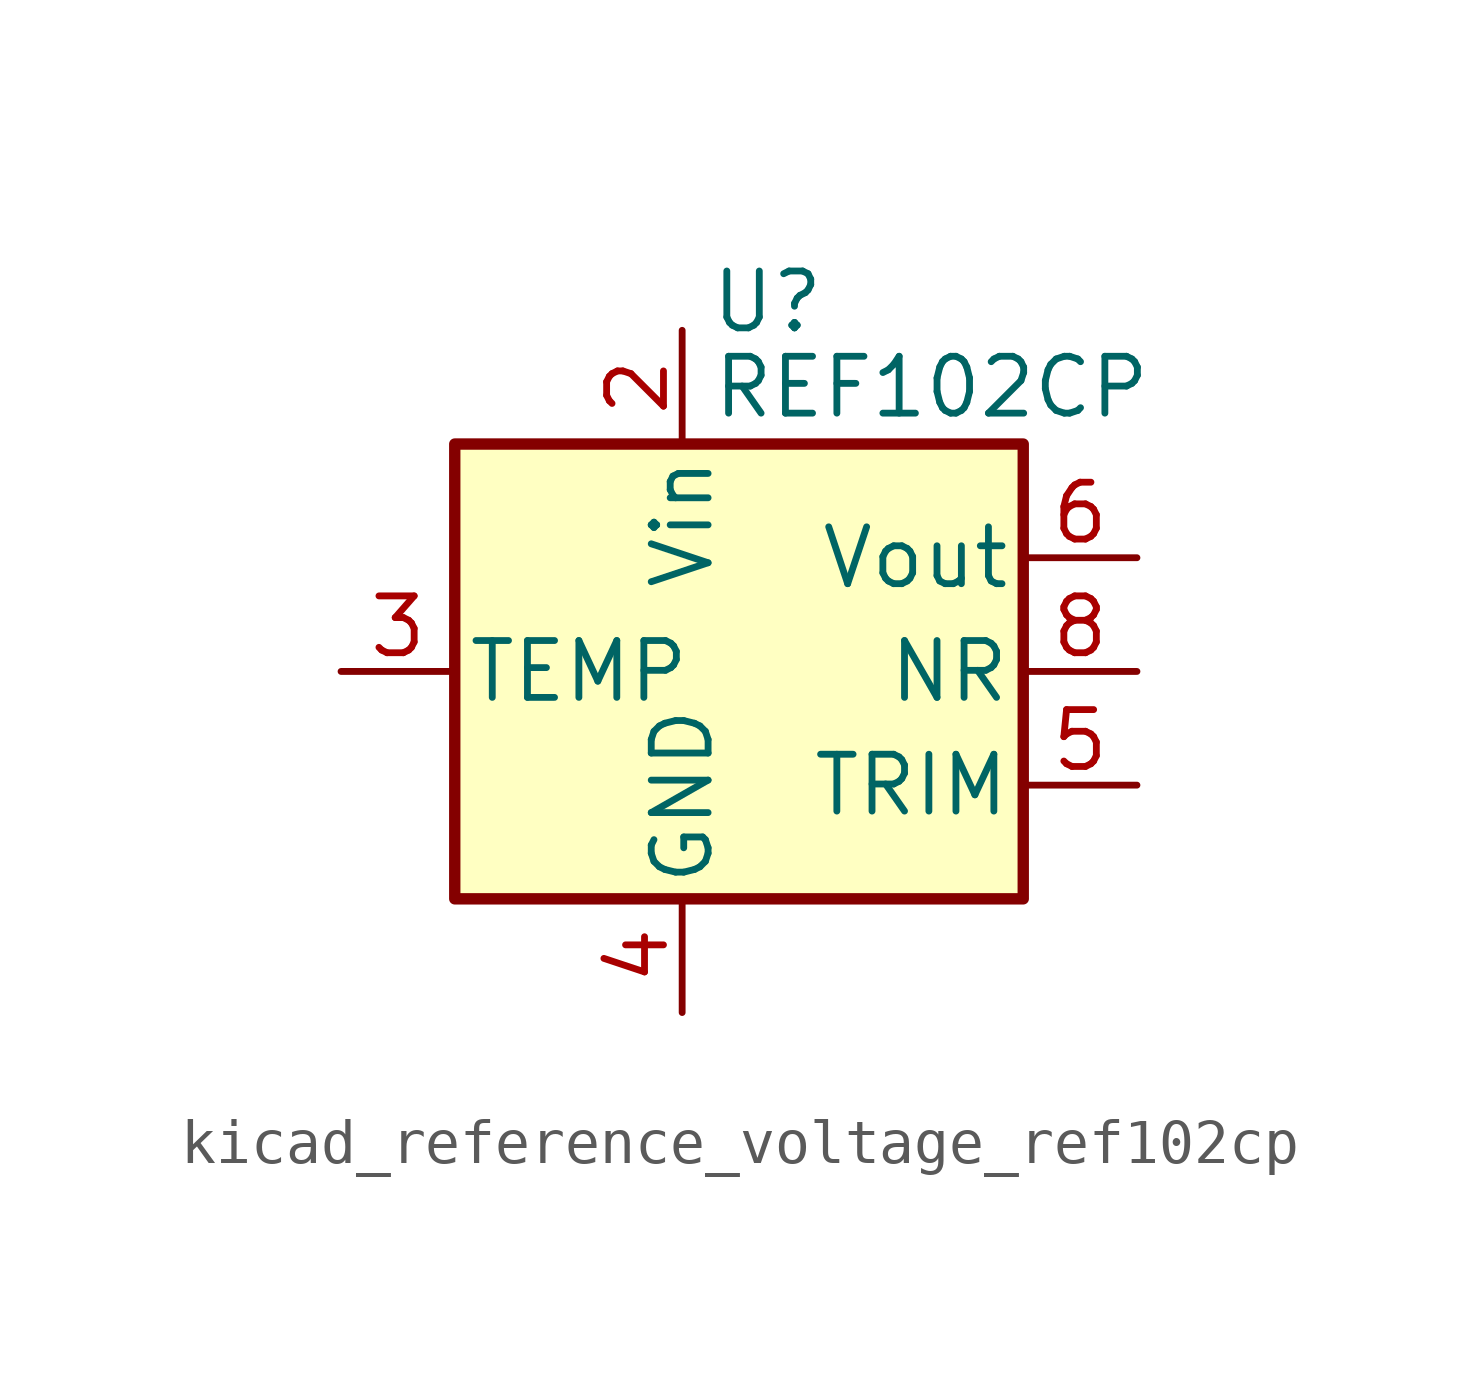
<source format=kicad_sym>
(kicad_symbol_lib
  (version 20220914)
  (generator kicad_symbol_editor)
  (symbol "kicad_reference_voltage_ref102cp"
    (pin_names
      (offset 0.254))
    (property "Reference" "U"
      (at -0.635 8.255 0)
      (effects (font (size 1.27 1.27))))
    (property "Value" "REF102CP"
      (at -1.905 6.35 0)
      (effects (font (size 1.27 1.27)) (justify left)))
    (symbol "kicad_reference_voltage_ref102cp_0_1"
      (rectangle (start -7.62 5.08) (end 5.08 -5.08) (stroke (width 0.254) (type default)) (fill (type background))))
    (symbol "kicad_reference_voltage_ref102cp_1_1"
      (pin no_connect line (at -5.08 -5.08 90) (length 2.54) hide (name "NC" (effects (font (size 1.27 1.27)))) (number "1" (effects (font (size 1.27 1.27)))))
      (pin power_in line (at -2.54 7.62 270) (length 2.54) (name "Vin" (effects (font (size 1.27 1.27)))) (number "2" (effects (font (size 1.27 1.27)))))
      (pin passive line (at -10.16 0 0) (length 2.54) (name "TEMP" (effects (font (size 1.27 1.27)))) (number "3" (effects (font (size 1.27 1.27)))))
      (pin power_in line (at -2.54 -7.62 90) (length 2.54) (name "GND" (effects (font (size 1.27 1.27)))) (number "4" (effects (font (size 1.27 1.27)))))
      (pin passive line (at 7.62 -2.54 180) (length 2.54) (name "TRIM" (effects (font (size 1.27 1.27)))) (number "5" (effects (font (size 1.27 1.27)))))
      (pin power_out line (at 7.62 2.54 180) (length 2.54) (name "Vout" (effects (font (size 1.27 1.27)))) (number "6" (effects (font (size 1.27 1.27)))))
      (pin no_connect line (at 0 -5.08 90) (length 2.54) hide (name "NC" (effects (font (size 1.27 1.27)))) (number "7" (effects (font (size 1.27 1.27)))))
      (pin passive line (at 7.62 0 180) (length 2.54) (name "NR" (effects (font (size 1.27 1.27)))) (number "8" (effects (font (size 1.27 1.27))))))))
</source>
